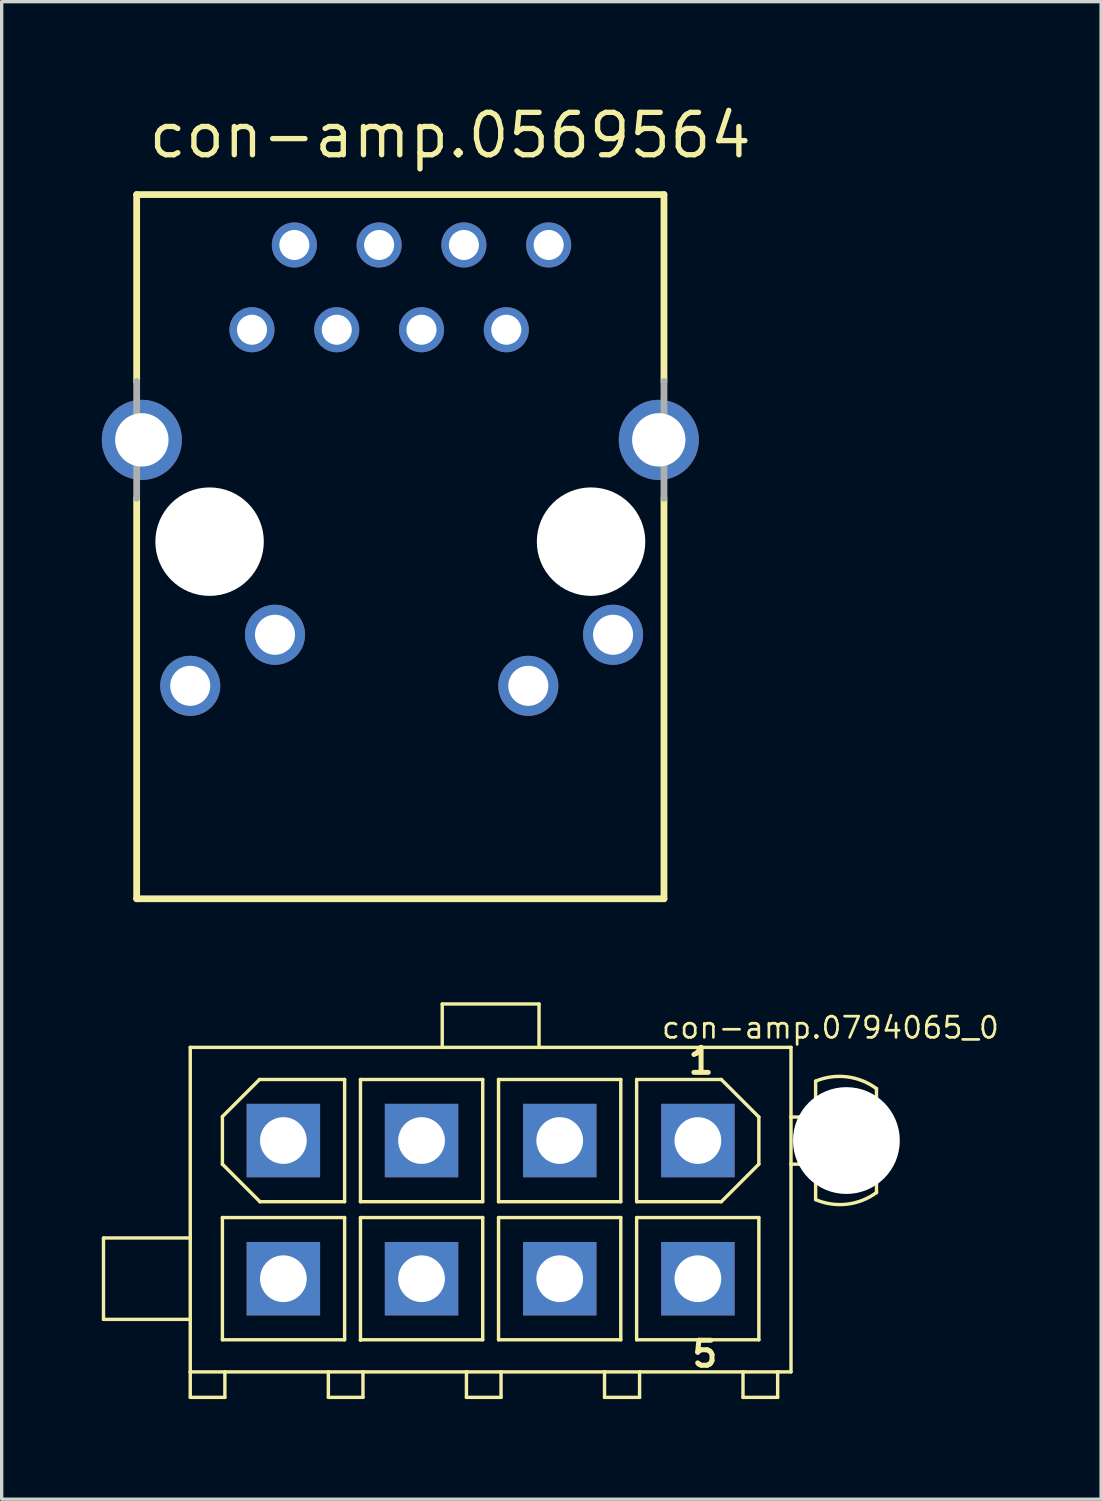
<source format=kicad_pcb>
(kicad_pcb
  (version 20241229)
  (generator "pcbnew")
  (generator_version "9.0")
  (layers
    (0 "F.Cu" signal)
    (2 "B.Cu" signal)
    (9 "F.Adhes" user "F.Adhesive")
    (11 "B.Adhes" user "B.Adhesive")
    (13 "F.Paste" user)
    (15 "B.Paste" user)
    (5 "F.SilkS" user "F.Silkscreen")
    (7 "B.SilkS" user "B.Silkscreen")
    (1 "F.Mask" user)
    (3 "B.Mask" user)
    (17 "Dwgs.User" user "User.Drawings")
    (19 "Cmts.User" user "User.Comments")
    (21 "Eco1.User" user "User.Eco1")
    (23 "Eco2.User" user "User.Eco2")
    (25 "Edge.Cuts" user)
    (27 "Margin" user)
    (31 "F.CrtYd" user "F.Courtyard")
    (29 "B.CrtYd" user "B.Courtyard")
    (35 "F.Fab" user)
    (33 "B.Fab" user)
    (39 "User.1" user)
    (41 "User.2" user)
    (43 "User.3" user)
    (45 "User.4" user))
  (footprint "con-amp.0569564"
    (layer "F.Cu")
    (at 8.945 13.18)
    (property "Reference" "con-amp.0569564" (at -7.62 -11.43 0) (layer "F.SilkS") (effects (font (size 1.27 1.27) (thickness 0.16)) (justify left bottom)))
    (attr through_hole)
    (fp_line (start -7.9 -10.4) (end 7.9 -10.4) (stroke (width 0.203) (type default)) (layer "F.SilkS"))
    (fp_line (start -7.9 -4.79) (end -7.9 -10.4) (stroke (width 0.203) (type default)) (layer "F.SilkS"))
    (fp_line (start -7.9 10.7) (end -7.9 -1.29) (stroke (width 0.203) (type default)) (layer "F.SilkS"))
    (fp_line (start 7.9 -10.4) (end 7.9 -4.8) (stroke (width 0.203) (type default)) (layer "F.SilkS"))
    (fp_line (start 7.9 -1.3) (end 7.9 10.7) (stroke (width 0.203) (type default)) (layer "F.SilkS"))
    (fp_line (start 7.9 10.7) (end -7.9 10.7) (stroke (width 0.203) (type default)) (layer "F.SilkS"))
    (fp_line (start -7.9 -4.8) (end -7.9 -1.3) (stroke (width 0.203) (type default)) (layer "F.Fab"))
    (fp_line (start 7.9 -4.8) (end 7.9 -1.3) (stroke (width 0.203) (type default)) (layer "F.Fab"))
    (pad "" np_thru_hole circle (at -5.715 0) (size 3.25 3.25) (drill 3.25) (layers "*.Cu" "*.Mask"))
    (pad "" np_thru_hole circle (at 5.715 0) (size 3.25 3.25) (drill 3.25) (layers "*.Cu" "*.Mask"))
    (pad "1" thru_hole circle (at -4.445 -6.35) (size 1.35 1.35) (drill 0.9) (layers "*.Cu" "*.Mask"))
    (pad "2" thru_hole circle (at -3.175 -8.89) (size 1.35 1.35) (drill 0.9) (layers "*.Cu" "*.Mask"))
    (pad "3" thru_hole circle (at -1.905 -6.35) (size 1.35 1.35) (drill 0.9) (layers "*.Cu" "*.Mask"))
    (pad "4" thru_hole circle (at -0.635 -8.89) (size 1.35 1.35) (drill 0.9) (layers "*.Cu" "*.Mask"))
    (pad "5" thru_hole circle (at 0.635 -6.35) (size 1.35 1.35) (drill 0.9) (layers "*.Cu" "*.Mask"))
    (pad "6" thru_hole circle (at 1.905 -8.89) (size 1.35 1.35) (drill 0.9) (layers "*.Cu" "*.Mask"))
    (pad "7" thru_hole circle (at 3.175 -6.35) (size 1.35 1.35) (drill 0.9) (layers "*.Cu" "*.Mask"))
    (pad "8" thru_hole circle (at 4.445 -8.89) (size 1.35 1.35) (drill 0.9) (layers "*.Cu" "*.Mask"))
    (pad "A1" thru_hole circle (at -6.295 4.32) (size 1.8 1.8) (drill 1.2) (layers "*.Cu" "*.Mask"))
    (pad "A2" thru_hole circle (at 3.835 4.32) (size 1.8 1.8) (drill 1.2) (layers "*.Cu" "*.Mask"))
    (pad "C1" thru_hole circle (at -3.755 2.79) (size 1.8 1.8) (drill 1.2) (layers "*.Cu" "*.Mask"))
    (pad "C2" thru_hole circle (at 6.375 2.79) (size 1.8 1.8) (drill 1.2) (layers "*.Cu" "*.Mask"))
    (pad "S1" thru_hole circle (at -7.745 -3.05) (size 2.4 2.4) (drill 1.6) (layers "*.Cu" "*.Mask"))
    (pad "S2" thru_hole circle (at 7.745 -3.05) (size 2.4 2.4) (drill 1.6) (layers "*.Cu" "*.Mask")))
  (footprint "con-amp.0794065_0"
    (layer "F.Cu")
    (at 11.651 33.195)
    (property "Reference" "con-amp.0794065_0" (at 5.08 -5.08 0) (layer "F.SilkS") (effects (font (size 0.635 0.635) (thickness 0.08)) (justify left bottom)))
    (attr through_hole)
    (fp_line (start -11.6 0.85) (end -11.6 3.288) (stroke (width 0.102) (type default)) (layer "F.SilkS"))
    (fp_line (start -11.6 3.288) (end -9 3.288) (stroke (width 0.102) (type default)) (layer "F.SilkS"))
    (fp_line (start -9 -4.862) (end -1.45 -4.862) (stroke (width 0.102) (type default)) (layer "F.SilkS"))
    (fp_line (start -9 0.85) (end -11.6 0.85) (stroke (width 0.102) (type default)) (layer "F.SilkS"))
    (fp_line (start -9 0.85) (end -9 -4.862) (stroke (width 0.102) (type default)) (layer "F.SilkS"))
    (fp_line (start -9 3.288) (end -9 0.85) (stroke (width 0.102) (type default)) (layer "F.SilkS"))
    (fp_line (start -9 4.862) (end -9 3.288) (stroke (width 0.102) (type default)) (layer "F.SilkS"))
    (fp_line (start -9 4.862) (end -9 5.625) (stroke (width 0.102) (type default)) (layer "F.SilkS"))
    (fp_line (start -9 5.625) (end -7.963 5.625) (stroke (width 0.102) (type default)) (layer "F.SilkS"))
    (fp_line (start -8.037 -2.788) (end -6.925 -3.9) (stroke (width 0.102) (type default)) (layer "F.SilkS"))
    (fp_line (start -8.037 -1.363) (end -8.037 -2.788) (stroke (width 0.102) (type default)) (layer "F.SilkS"))
    (fp_line (start -8.037 0.237) (end -8.037 3.9) (stroke (width 0.102) (type default)) (layer "F.SilkS"))
    (fp_line (start -8.037 3.9) (end -4.375 3.9) (stroke (width 0.102) (type default)) (layer "F.SilkS"))
    (fp_line (start -7.963 4.862) (end -9 4.862) (stroke (width 0.102) (type default)) (layer "F.SilkS"))
    (fp_line (start -7.963 5.625) (end -7.963 4.862) (stroke (width 0.102) (type default)) (layer "F.SilkS"))
    (fp_line (start -6.925 -3.9) (end -4.375 -3.9) (stroke (width 0.102) (type default)) (layer "F.SilkS"))
    (fp_line (start -6.912 -0.237) (end -8.037 -1.363) (stroke (width 0.102) (type default)) (layer "F.SilkS"))
    (fp_line (start -4.862 4.862) (end -7.963 4.862) (stroke (width 0.102) (type default)) (layer "F.SilkS"))
    (fp_line (start -4.862 4.862) (end -4.862 5.625) (stroke (width 0.102) (type default)) (layer "F.SilkS"))
    (fp_line (start -4.862 5.625) (end -3.825 5.625) (stroke (width 0.102) (type default)) (layer "F.SilkS"))
    (fp_line (start -4.375 -3.9) (end -4.375 -0.237) (stroke (width 0.102) (type default)) (layer "F.SilkS"))
    (fp_line (start -4.375 -0.237) (end -6.912 -0.237) (stroke (width 0.102) (type default)) (layer "F.SilkS"))
    (fp_line (start -4.375 0.237) (end -8.037 0.237) (stroke (width 0.102) (type default)) (layer "F.SilkS"))
    (fp_line (start -4.375 3.9) (end -4.375 0.237) (stroke (width 0.102) (type default)) (layer "F.SilkS"))
    (fp_line (start -3.9 -3.9) (end -0.237 -3.9) (stroke (width 0.102) (type default)) (layer "F.SilkS"))
    (fp_line (start -3.9 -0.237) (end -3.9 -3.9) (stroke (width 0.102) (type default)) (layer "F.SilkS"))
    (fp_line (start -3.9 0.237) (end -3.9 3.9) (stroke (width 0.102) (type default)) (layer "F.SilkS"))
    (fp_line (start -3.9 3.9) (end -3.9 3.913) (stroke (width 0.102) (type default)) (layer "F.SilkS"))
    (fp_line (start -3.9 3.9) (end -0.237 3.9) (stroke (width 0.102) (type default)) (layer "F.SilkS"))
    (fp_line (start -3.825 4.862) (end -4.862 4.862) (stroke (width 0.102) (type default)) (layer "F.SilkS"))
    (fp_line (start -3.825 5.625) (end -3.825 4.862) (stroke (width 0.102) (type default)) (layer "F.SilkS"))
    (fp_line (start -1.45 -6.162) (end 1.45 -6.162) (stroke (width 0.102) (type default)) (layer "F.SilkS"))
    (fp_line (start -1.45 -4.862) (end -1.45 -6.162) (stroke (width 0.102) (type default)) (layer "F.SilkS"))
    (fp_line (start -1.45 -4.862) (end 1.45 -4.862) (stroke (width 0.102) (type default)) (layer "F.SilkS"))
    (fp_line (start -0.725 4.862) (end -3.825 4.862) (stroke (width 0.102) (type default)) (layer "F.SilkS"))
    (fp_line (start -0.725 4.862) (end -0.725 5.625) (stroke (width 0.102) (type default)) (layer "F.SilkS"))
    (fp_line (start -0.725 5.625) (end 0.312 5.625) (stroke (width 0.102) (type default)) (layer "F.SilkS"))
    (fp_line (start -0.237 -3.9) (end -0.237 -0.237) (stroke (width 0.102) (type default)) (layer "F.SilkS"))
    (fp_line (start -0.237 -0.237) (end -3.9 -0.237) (stroke (width 0.102) (type default)) (layer "F.SilkS"))
    (fp_line (start -0.237 0.237) (end -3.9 0.237) (stroke (width 0.102) (type default)) (layer "F.SilkS"))
    (fp_line (start -0.237 3.9) (end -0.237 0.237) (stroke (width 0.102) (type default)) (layer "F.SilkS"))
    (fp_line (start 0.237 -3.9) (end 0.237 -0.237) (stroke (width 0.102) (type default)) (layer "F.SilkS"))
    (fp_line (start 0.237 -0.237) (end 3.9 -0.237) (stroke (width 0.102) (type default)) (layer "F.SilkS"))
    (fp_line (start 0.237 0.237) (end 0.237 3.9) (stroke (width 0.102) (type default)) (layer "F.SilkS"))
    (fp_line (start 0.237 3.9) (end 3.9 3.9) (stroke (width 0.102) (type default)) (layer "F.SilkS"))
    (fp_line (start 0.312 4.862) (end -0.725 4.862) (stroke (width 0.102) (type default)) (layer "F.SilkS"))
    (fp_line (start 0.312 5.625) (end 0.312 4.862) (stroke (width 0.102) (type default)) (layer "F.SilkS"))
    (fp_line (start 1.45 -6.162) (end 1.45 -4.862) (stroke (width 0.102) (type default)) (layer "F.SilkS"))
    (fp_line (start 1.45 -4.862) (end 9 -4.862) (stroke (width 0.102) (type default)) (layer "F.SilkS"))
    (fp_line (start 3.413 4.862) (end 0.312 4.862) (stroke (width 0.102) (type default)) (layer "F.SilkS"))
    (fp_line (start 3.413 4.862) (end 3.413 5.625) (stroke (width 0.102) (type default)) (layer "F.SilkS"))
    (fp_line (start 3.413 5.625) (end 4.463 5.625) (stroke (width 0.102) (type default)) (layer "F.SilkS"))
    (fp_line (start 3.9 -3.9) (end 0.237 -3.9) (stroke (width 0.102) (type default)) (layer "F.SilkS"))
    (fp_line (start 3.9 -0.237) (end 3.9 -3.9) (stroke (width 0.102) (type default)) (layer "F.SilkS"))
    (fp_line (start 3.9 0.237) (end 0.237 0.237) (stroke (width 0.102) (type default)) (layer "F.SilkS"))
    (fp_line (start 3.9 3.9) (end 3.9 0.237) (stroke (width 0.102) (type default)) (layer "F.SilkS"))
    (fp_line (start 4.375 -3.9) (end 4.375 -0.237) (stroke (width 0.102) (type default)) (layer "F.SilkS"))
    (fp_line (start 4.375 -0.237) (end 6.912 -0.237) (stroke (width 0.102) (type default)) (layer "F.SilkS"))
    (fp_line (start 4.375 0.237) (end 4.375 3.9) (stroke (width 0.102) (type default)) (layer "F.SilkS"))
    (fp_line (start 4.375 3.9) (end 8.037 3.9) (stroke (width 0.102) (type default)) (layer "F.SilkS"))
    (fp_line (start 4.463 4.862) (end 3.413 4.862) (stroke (width 0.102) (type default)) (layer "F.SilkS"))
    (fp_line (start 4.463 5.625) (end 4.463 4.862) (stroke (width 0.102) (type default)) (layer "F.SilkS"))
    (fp_line (start 6.912 -3.9) (end 4.375 -3.9) (stroke (width 0.102) (type default)) (layer "F.SilkS"))
    (fp_line (start 6.912 -0.237) (end 8.037 -1.363) (stroke (width 0.102) (type default)) (layer "F.SilkS"))
    (fp_line (start 7.562 4.862) (end 4.463 4.862) (stroke (width 0.102) (type default)) (layer "F.SilkS"))
    (fp_line (start 7.562 4.862) (end 7.562 5.625) (stroke (width 0.102) (type default)) (layer "F.SilkS"))
    (fp_line (start 7.562 5.625) (end 8.6 5.625) (stroke (width 0.102) (type default)) (layer "F.SilkS"))
    (fp_line (start 8.037 -2.775) (end 6.912 -3.9) (stroke (width 0.102) (type default)) (layer "F.SilkS"))
    (fp_line (start 8.037 -1.363) (end 8.037 -2.775) (stroke (width 0.102) (type default)) (layer "F.SilkS"))
    (fp_line (start 8.037 0.237) (end 4.375 0.237) (stroke (width 0.102) (type default)) (layer "F.SilkS"))
    (fp_line (start 8.037 3.9) (end 8.037 0.237) (stroke (width 0.102) (type default)) (layer "F.SilkS"))
    (fp_line (start 8.6 4.862) (end 7.562 4.862) (stroke (width 0.102) (type default)) (layer "F.SilkS"))
    (fp_line (start 8.6 5.625) (end 8.6 4.862) (stroke (width 0.102) (type default)) (layer "F.SilkS"))
    (fp_line (start 9 -4.862) (end 9 -2.775) (stroke (width 0.102) (type default)) (layer "F.SilkS"))
    (fp_line (start 9 -2.775) (end 9 -1.363) (stroke (width 0.102) (type default)) (layer "F.SilkS"))
    (fp_line (start 9 -2.775) (end 9.738 -2.775) (stroke (width 0.102) (type default)) (layer "F.SilkS"))
    (fp_line (start 9 -1.363) (end 9 4.862) (stroke (width 0.102) (type default)) (layer "F.SilkS"))
    (fp_line (start 9 4.862) (end 8.6 4.862) (stroke (width 0.102) (type default)) (layer "F.SilkS"))
    (fp_line (start 9.738 -2.775) (end 9.738 -2.763) (stroke (width 0.102) (type default)) (layer "F.SilkS"))
    (fp_line (start 9.738 -2.763) (end 9.738 -3.85) (stroke (width 0.102) (type default)) (layer "F.SilkS"))
    (fp_line (start 9.738 -2.763) (end 9.738 -1.375) (stroke (width 0.102) (type default)) (layer "F.SilkS"))
    (fp_line (start 9.738 -1.375) (end 9.738 -1.363) (stroke (width 0.102) (type default)) (layer "F.SilkS"))
    (fp_line (start 9.738 -1.363) (end 9 -1.363) (stroke (width 0.102) (type default)) (layer "F.SilkS"))
    (fp_line (start 9.738 -0.3) (end 9.738 -1.375) (stroke (width 0.102) (type default)) (layer "F.SilkS"))
    (fp_line (start 11.562 -3.625) (end 11.562 -0.512) (stroke (width 0.102) (type default)) (layer "F.SilkS"))
    (fp_arc (start 9.7375 -3.85) (mid 10.679762 -3.978905) (end 11.5625 -3.625) (stroke (width 0.1016) (type default)) (layer "F.SilkS"))
    (fp_arc (start 11.5625 -0.5125) (mid 10.678298 -0.163219) (end 9.7375 -0.3) (stroke (width 0.1016) (type default)) (layer "F.SilkS"))
    (fp_text user "1" (at 5.85 -4.013 0) (layer "F.SilkS") (effects (font (size 0.75 0.75) (thickness 0.15)) (justify left bottom)))
    (fp_text user "5" (at 5.963 4.763 0) (layer "F.SilkS") (effects (font (size 0.75 0.75) (thickness 0.15)) (justify left bottom)))
    (pad "" np_thru_hole circle (at 10.66 -2.07) (size 3.2 3.2) (drill 3.2) (layers "*.Cu" "*.Mask"))
    (pad "1" thru_hole rect (at 6.21 -2.07) (size 2.2 2.2) (drill 1.4) (layers "*.Cu" "*.Mask"))
    (pad "2" thru_hole rect (at 2.07 -2.07) (size 2.2 2.2) (drill 1.4) (layers "*.Cu" "*.Mask"))
    (pad "3" thru_hole rect (at -2.07 -2.07) (size 2.2 2.2) (drill 1.4) (layers "*.Cu" "*.Mask"))
    (pad "4" thru_hole rect (at -6.21 -2.07) (size 2.2 2.2) (drill 1.4) (layers "*.Cu" "*.Mask"))
    (pad "5" thru_hole rect (at 6.21 2.07) (size 2.2 2.2) (drill 1.4) (layers "*.Cu" "*.Mask"))
    (pad "6" thru_hole rect (at 2.07 2.07) (size 2.2 2.2) (drill 1.4) (layers "*.Cu" "*.Mask"))
    (pad "7" thru_hole rect (at -2.07 2.07) (size 2.2 2.2) (drill 1.4) (layers "*.Cu" "*.Mask"))
    (pad "8" thru_hole rect (at -6.21 2.07) (size 2.2 2.2) (drill 1.4) (layers "*.Cu" "*.Mask")))
  (gr_rect
    (start -3 -3)
    (end 29.943 41.871)
    (stroke (width 0.1) (type default))
    (fill no)
    (layer "Edge.Cuts")))
</source>
